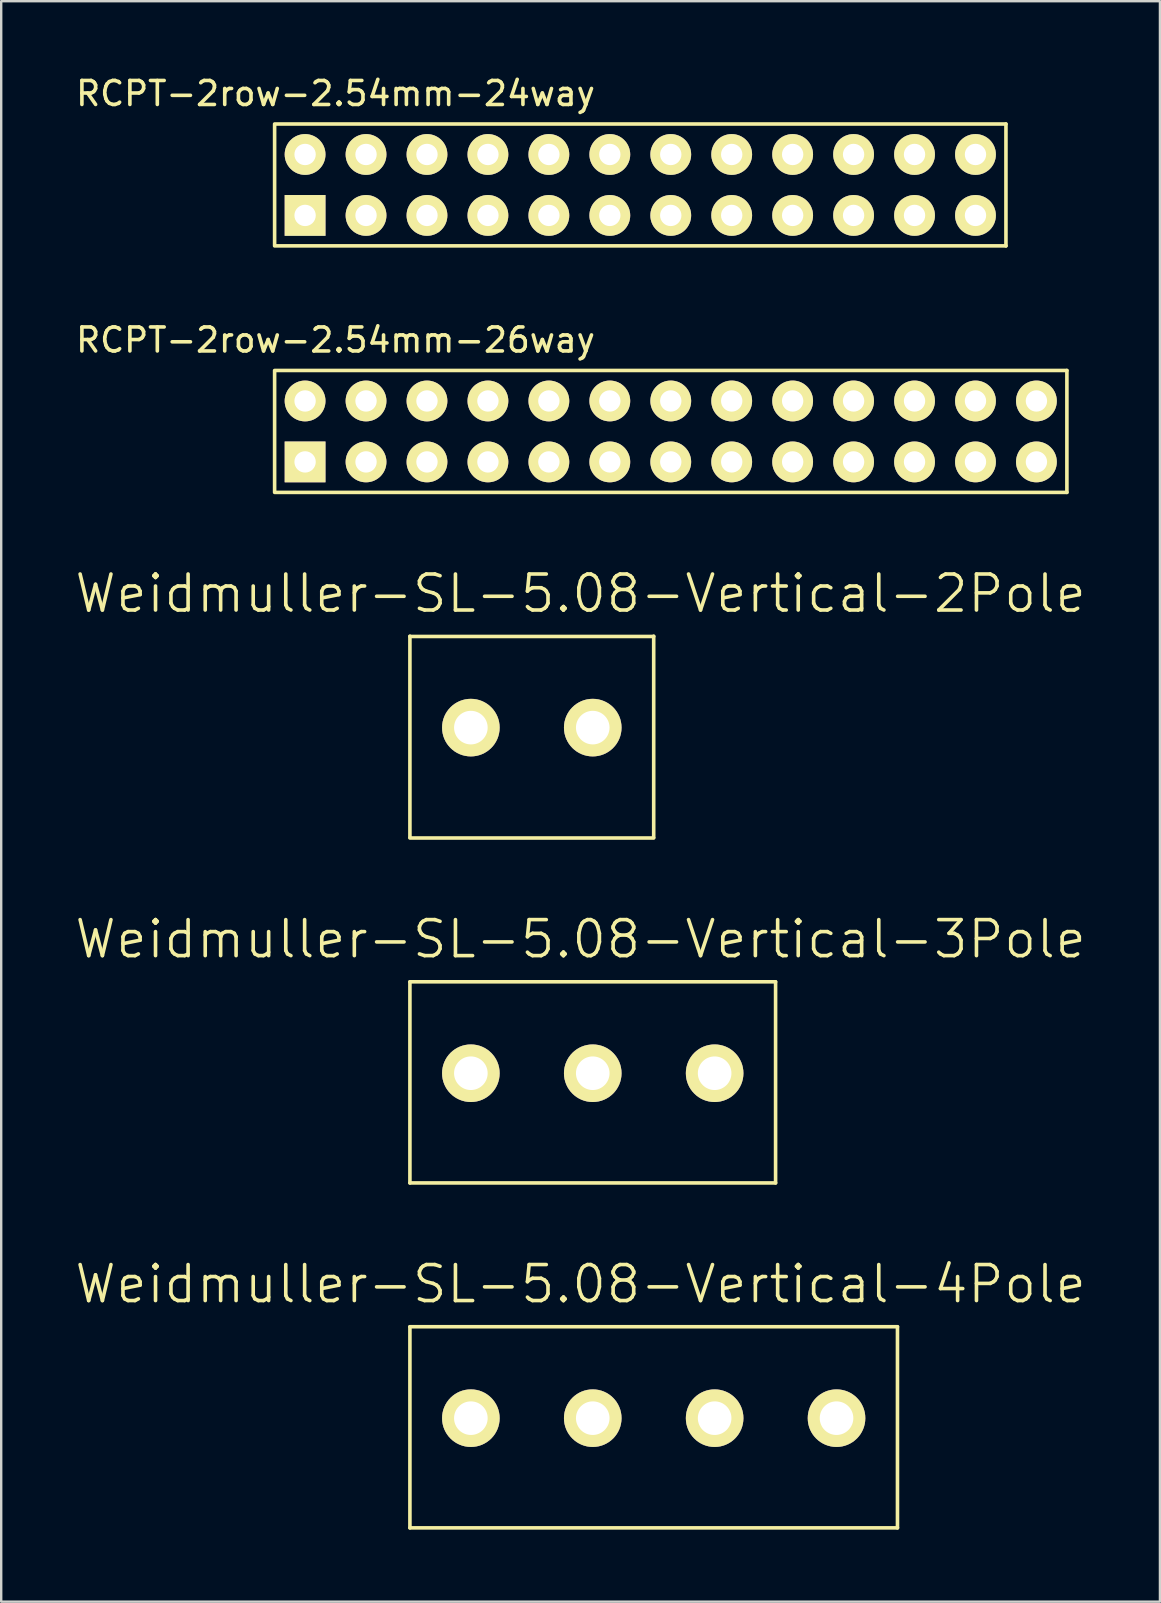
<source format=kicad_pcb>
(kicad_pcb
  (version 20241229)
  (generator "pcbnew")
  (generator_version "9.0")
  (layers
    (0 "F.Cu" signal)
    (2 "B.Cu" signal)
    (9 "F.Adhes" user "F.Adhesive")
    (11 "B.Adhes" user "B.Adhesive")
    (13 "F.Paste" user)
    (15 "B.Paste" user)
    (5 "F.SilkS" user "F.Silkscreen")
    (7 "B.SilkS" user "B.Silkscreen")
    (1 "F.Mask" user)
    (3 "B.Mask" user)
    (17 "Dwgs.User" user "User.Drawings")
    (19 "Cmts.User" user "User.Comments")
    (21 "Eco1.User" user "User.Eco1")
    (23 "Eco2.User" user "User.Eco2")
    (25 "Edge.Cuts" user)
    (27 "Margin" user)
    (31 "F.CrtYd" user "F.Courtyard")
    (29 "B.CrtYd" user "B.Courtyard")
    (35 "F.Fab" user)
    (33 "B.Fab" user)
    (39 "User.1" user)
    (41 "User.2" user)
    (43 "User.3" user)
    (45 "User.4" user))
  (footprint "Weidmuller-SL-5.08-Vertical-4Pole"
    (layer "F.Cu")
    (at 16.574 56.055)
    (property "Reference" "Weidmuller-SL-5.08-Vertical-4Pole" (at 4.572 -5.588 0) (layer "F.SilkS") (effects (font (size 1.5 1.5) (thickness 0.15))))
    (attr through_hole)
    (fp_line (start -2.54 -3.81) (end -2.54 4.572) (stroke (width 0.15) (type solid)) (layer "F.SilkS"))
    (fp_line (start -2.54 -3.81) (end 17.78 -3.81) (stroke (width 0.15) (type solid)) (layer "F.SilkS"))
    (fp_line (start -2.54 4.572) (end 17.78 4.572) (stroke (width 0.15) (type solid)) (layer "F.SilkS"))
    (fp_line (start 17.78 -3.81) (end 17.78 4.572) (stroke (width 0.15) (type solid)) (layer "F.SilkS"))
    (pad "1" thru_hole circle (at 0 0) (size 2.4 2.4) (drill 1.4) (layers "*.Cu" "*.Mask" "F.SilkS"))
    (pad "2" thru_hole circle (at 5.08 0) (size 2.4 2.4) (drill 1.4) (layers "*.Cu" "*.Mask" "F.SilkS"))
    (pad "3" thru_hole circle (at 10.16 0) (size 2.4 2.4) (drill 1.4) (layers "*.Cu" "*.Mask" "F.SilkS"))
    (pad "4" thru_hole circle (at 15.24 0) (size 2.4 2.4) (drill 1.4) (layers "*.Cu" "*.Mask" "F.SilkS")))
  (footprint "Weidmuller-SL-5.08-Vertical-3Pole"
    (layer "F.Cu")
    (at 16.574 41.679)
    (property "Reference" "Weidmuller-SL-5.08-Vertical-3Pole" (at 4.572 -5.588 0) (layer "F.SilkS") (effects (font (size 1.5 1.5) (thickness 0.15))))
    (attr through_hole)
    (fp_line (start -2.54 -3.81) (end -2.54 4.572) (stroke (width 0.15) (type solid)) (layer "F.SilkS"))
    (fp_line (start -2.54 -3.81) (end 12.7 -3.81) (stroke (width 0.15) (type solid)) (layer "F.SilkS"))
    (fp_line (start -2.54 4.572) (end 12.7 4.572) (stroke (width 0.15) (type solid)) (layer "F.SilkS"))
    (fp_line (start 12.7 -3.81) (end 12.7 4.572) (stroke (width 0.15) (type solid)) (layer "F.SilkS"))
    (pad "1" thru_hole circle (at 0 0) (size 2.4 2.4) (drill 1.4) (layers "*.Cu" "*.Mask" "F.SilkS"))
    (pad "2" thru_hole circle (at 5.08 0) (size 2.4 2.4) (drill 1.4) (layers "*.Cu" "*.Mask" "F.SilkS"))
    (pad "3" thru_hole circle (at 10.16 0) (size 2.4 2.4) (drill 1.4) (layers "*.Cu" "*.Mask" "F.SilkS")))
  (footprint "RCPT-2row-2.54mm-24way"
    (layer "F.Cu")
    (at 9.665 4.658)
    (property "Reference" "RCPT-2row-2.54mm-24way" (at 1.27 -3.81 0) (layer "F.SilkS") (effects (font (size 1 1) (thickness 0.15))))
    (attr through_hole)
    (fp_line (start -1.27 -2.502) (end -1.27 2.502) (stroke (width 0.15) (type solid)) (layer "F.SilkS"))
    (fp_line (start 29.21 -2.54) (end -1.27 -2.54) (stroke (width 0.15) (type solid)) (layer "F.SilkS"))
    (fp_line (start 29.21 -2.54) (end 29.21 2.54) (stroke (width 0.15) (type solid)) (layer "F.SilkS"))
    (fp_line (start 29.21 2.54) (end -1.27 2.54) (stroke (width 0.15) (type solid)) (layer "F.SilkS"))
    (pad "1" thru_hole rect (at 0 1.27) (size 1.7 1.7) (drill 0.89) (layers "*.Cu" "*.Mask" "F.SilkS"))
    (pad "2" thru_hole circle (at 0 -1.27) (size 1.7 1.7) (drill 0.89) (layers "*.Cu" "*.Mask" "F.SilkS"))
    (pad "3" thru_hole circle (at 2.54 1.27) (size 1.7 1.7) (drill 0.89) (layers "*.Cu" "*.Mask" "F.SilkS"))
    (pad "4" thru_hole circle (at 2.54 -1.27) (size 1.7 1.7) (drill 0.89) (layers "*.Cu" "*.Mask" "F.SilkS"))
    (pad "5" thru_hole circle (at 5.08 1.27) (size 1.7 1.7) (drill 0.89) (layers "*.Cu" "*.Mask" "F.SilkS"))
    (pad "6" thru_hole circle (at 5.08 -1.27) (size 1.7 1.7) (drill 0.89) (layers "*.Cu" "*.Mask" "F.SilkS"))
    (pad "7" thru_hole circle (at 7.62 1.27) (size 1.7 1.7) (drill 0.89) (layers "*.Cu" "*.Mask" "F.SilkS"))
    (pad "8" thru_hole circle (at 7.62 -1.27) (size 1.7 1.7) (drill 0.89) (layers "*.Cu" "*.Mask" "F.SilkS"))
    (pad "9" thru_hole circle (at 10.16 1.27) (size 1.7 1.7) (drill 0.89) (layers "*.Cu" "*.Mask" "F.SilkS"))
    (pad "10" thru_hole circle (at 10.16 -1.27) (size 1.7 1.7) (drill 0.89) (layers "*.Cu" "*.Mask" "F.SilkS"))
    (pad "11" thru_hole circle (at 12.7 1.27) (size 1.7 1.7) (drill 0.89) (layers "*.Cu" "*.Mask" "F.SilkS"))
    (pad "12" thru_hole circle (at 12.7 -1.27) (size 1.7 1.7) (drill 0.89) (layers "*.Cu" "*.Mask" "F.SilkS"))
    (pad "13" thru_hole circle (at 15.24 1.27) (size 1.7 1.7) (drill 0.89) (layers "*.Cu" "*.Mask" "F.SilkS"))
    (pad "14" thru_hole circle (at 15.24 -1.27) (size 1.7 1.7) (drill 0.89) (layers "*.Cu" "*.Mask" "F.SilkS"))
    (pad "15" thru_hole circle (at 17.78 1.27) (size 1.7 1.7) (drill 0.89) (layers "*.Cu" "*.Mask" "F.SilkS"))
    (pad "16" thru_hole circle (at 17.78 -1.27) (size 1.7 1.7) (drill 0.89) (layers "*.Cu" "*.Mask" "F.SilkS"))
    (pad "17" thru_hole circle (at 20.32 1.27) (size 1.7 1.7) (drill 0.89) (layers "*.Cu" "*.Mask" "F.SilkS"))
    (pad "18" thru_hole circle (at 20.32 -1.27) (size 1.7 1.7) (drill 0.89) (layers "*.Cu" "*.Mask" "F.SilkS"))
    (pad "19" thru_hole circle (at 22.86 1.27) (size 1.7 1.7) (drill 0.89) (layers "*.Cu" "*.Mask" "F.SilkS"))
    (pad "20" thru_hole circle (at 22.86 -1.27) (size 1.7 1.7) (drill 0.89) (layers "*.Cu" "*.Mask" "F.SilkS"))
    (pad "21" thru_hole circle (at 25.4 1.27) (size 1.7 1.7) (drill 0.89) (layers "*.Cu" "*.Mask" "F.SilkS"))
    (pad "22" thru_hole circle (at 25.4 -1.27) (size 1.7 1.7) (drill 0.89) (layers "*.Cu" "*.Mask" "F.SilkS"))
    (pad "23" thru_hole circle (at 27.94 1.27) (size 1.7 1.7) (drill 0.89) (layers "*.Cu" "*.Mask" "F.SilkS"))
    (pad "24" thru_hole circle (at 27.94 -1.27) (size 1.7 1.7) (drill 0.89) (layers "*.Cu" "*.Mask" "F.SilkS")))
  (footprint "RCPT-2row-2.54mm-26way"
    (layer "F.Cu")
    (at 9.665 14.931)
    (property "Reference" "RCPT-2row-2.54mm-26way" (at 1.27 -3.81 0) (layer "F.SilkS") (effects (font (size 1 1) (thickness 0.15))))
    (attr through_hole)
    (fp_line (start -1.27 -2.502) (end -1.27 2.502) (stroke (width 0.15) (type solid)) (layer "F.SilkS"))
    (fp_line (start 31.75 -2.54) (end -1.27 -2.54) (stroke (width 0.15) (type solid)) (layer "F.SilkS"))
    (fp_line (start 31.75 -2.54) (end 31.75 2.54) (stroke (width 0.15) (type solid)) (layer "F.SilkS"))
    (fp_line (start 31.75 2.54) (end -1.27 2.54) (stroke (width 0.15) (type solid)) (layer "F.SilkS"))
    (pad "1" thru_hole rect (at 0 1.27) (size 1.7 1.7) (drill 0.89) (layers "*.Cu" "*.Mask" "F.SilkS"))
    (pad "2" thru_hole circle (at 0 -1.27) (size 1.7 1.7) (drill 0.89) (layers "*.Cu" "*.Mask" "F.SilkS"))
    (pad "3" thru_hole circle (at 2.54 1.27) (size 1.7 1.7) (drill 0.89) (layers "*.Cu" "*.Mask" "F.SilkS"))
    (pad "4" thru_hole circle (at 2.54 -1.27) (size 1.7 1.7) (drill 0.89) (layers "*.Cu" "*.Mask" "F.SilkS"))
    (pad "5" thru_hole circle (at 5.08 1.27) (size 1.7 1.7) (drill 0.89) (layers "*.Cu" "*.Mask" "F.SilkS"))
    (pad "6" thru_hole circle (at 5.08 -1.27) (size 1.7 1.7) (drill 0.89) (layers "*.Cu" "*.Mask" "F.SilkS"))
    (pad "7" thru_hole circle (at 7.62 1.27) (size 1.7 1.7) (drill 0.89) (layers "*.Cu" "*.Mask" "F.SilkS"))
    (pad "8" thru_hole circle (at 7.62 -1.27) (size 1.7 1.7) (drill 0.89) (layers "*.Cu" "*.Mask" "F.SilkS"))
    (pad "9" thru_hole circle (at 10.16 1.27) (size 1.7 1.7) (drill 0.89) (layers "*.Cu" "*.Mask" "F.SilkS"))
    (pad "10" thru_hole circle (at 10.16 -1.27) (size 1.7 1.7) (drill 0.89) (layers "*.Cu" "*.Mask" "F.SilkS"))
    (pad "11" thru_hole circle (at 12.7 1.27) (size 1.7 1.7) (drill 0.89) (layers "*.Cu" "*.Mask" "F.SilkS"))
    (pad "12" thru_hole circle (at 12.7 -1.27) (size 1.7 1.7) (drill 0.89) (layers "*.Cu" "*.Mask" "F.SilkS"))
    (pad "13" thru_hole circle (at 15.24 1.27) (size 1.7 1.7) (drill 0.89) (layers "*.Cu" "*.Mask" "F.SilkS"))
    (pad "14" thru_hole circle (at 15.24 -1.27) (size 1.7 1.7) (drill 0.89) (layers "*.Cu" "*.Mask" "F.SilkS"))
    (pad "15" thru_hole circle (at 17.78 1.27) (size 1.7 1.7) (drill 0.89) (layers "*.Cu" "*.Mask" "F.SilkS"))
    (pad "16" thru_hole circle (at 17.78 -1.27) (size 1.7 1.7) (drill 0.89) (layers "*.Cu" "*.Mask" "F.SilkS"))
    (pad "17" thru_hole circle (at 20.32 1.27) (size 1.7 1.7) (drill 0.89) (layers "*.Cu" "*.Mask" "F.SilkS"))
    (pad "18" thru_hole circle (at 20.32 -1.27) (size 1.7 1.7) (drill 0.89) (layers "*.Cu" "*.Mask" "F.SilkS"))
    (pad "19" thru_hole circle (at 22.86 1.27) (size 1.7 1.7) (drill 0.89) (layers "*.Cu" "*.Mask" "F.SilkS"))
    (pad "20" thru_hole circle (at 22.86 -1.27) (size 1.7 1.7) (drill 0.89) (layers "*.Cu" "*.Mask" "F.SilkS"))
    (pad "21" thru_hole circle (at 25.4 1.27) (size 1.7 1.7) (drill 0.89) (layers "*.Cu" "*.Mask" "F.SilkS"))
    (pad "22" thru_hole circle (at 25.4 -1.27) (size 1.7 1.7) (drill 0.89) (layers "*.Cu" "*.Mask" "F.SilkS"))
    (pad "23" thru_hole circle (at 27.94 1.27) (size 1.7 1.7) (drill 0.89) (layers "*.Cu" "*.Mask" "F.SilkS"))
    (pad "24" thru_hole circle (at 27.94 -1.27) (size 1.7 1.7) (drill 0.89) (layers "*.Cu" "*.Mask" "F.SilkS"))
    (pad "25" thru_hole circle (at 30.48 1.27) (size 1.7 1.7) (drill 0.89) (layers "*.Cu" "*.Mask" "F.SilkS"))
    (pad "26" thru_hole circle (at 30.48 -1.27) (size 1.7 1.7) (drill 0.89) (layers "*.Cu" "*.Mask" "F.SilkS")))
  (footprint "Weidmuller-SL-5.08-Vertical-2Pole"
    (layer "F.Cu")
    (at 16.574 27.275)
    (property "Reference" "Weidmuller-SL-5.08-Vertical-2Pole" (at 4.572 -5.588 0) (layer "F.SilkS") (effects (font (size 1.5 1.5) (thickness 0.15))))
    (attr through_hole)
    (fp_line (start -2.54 -3.81) (end -2.54 4.572) (stroke (width 0.15) (type solid)) (layer "F.SilkS"))
    (fp_line (start -2.54 -3.8) (end 7.62 -3.8) (stroke (width 0.15) (type solid)) (layer "F.SilkS"))
    (fp_line (start -2.54 4.6) (end 7.62 4.6) (stroke (width 0.15) (type solid)) (layer "F.SilkS"))
    (fp_line (start 7.62 -3.81) (end 7.62 4.572) (stroke (width 0.15) (type solid)) (layer "F.SilkS"))
    (pad "1" thru_hole circle (at 0 0) (size 2.4 2.4) (drill 1.4) (layers "*.Cu" "*.Mask" "F.SilkS"))
    (pad "2" thru_hole circle (at 5.08 0) (size 2.4 2.4) (drill 1.4) (layers "*.Cu" "*.Mask" "F.SilkS")))
  (gr_rect
    (start -3 -3)
    (end 45.293 63.702)
    (stroke (width 0.1) (type default))
    (fill no)
    (layer "Edge.Cuts")))
</source>
